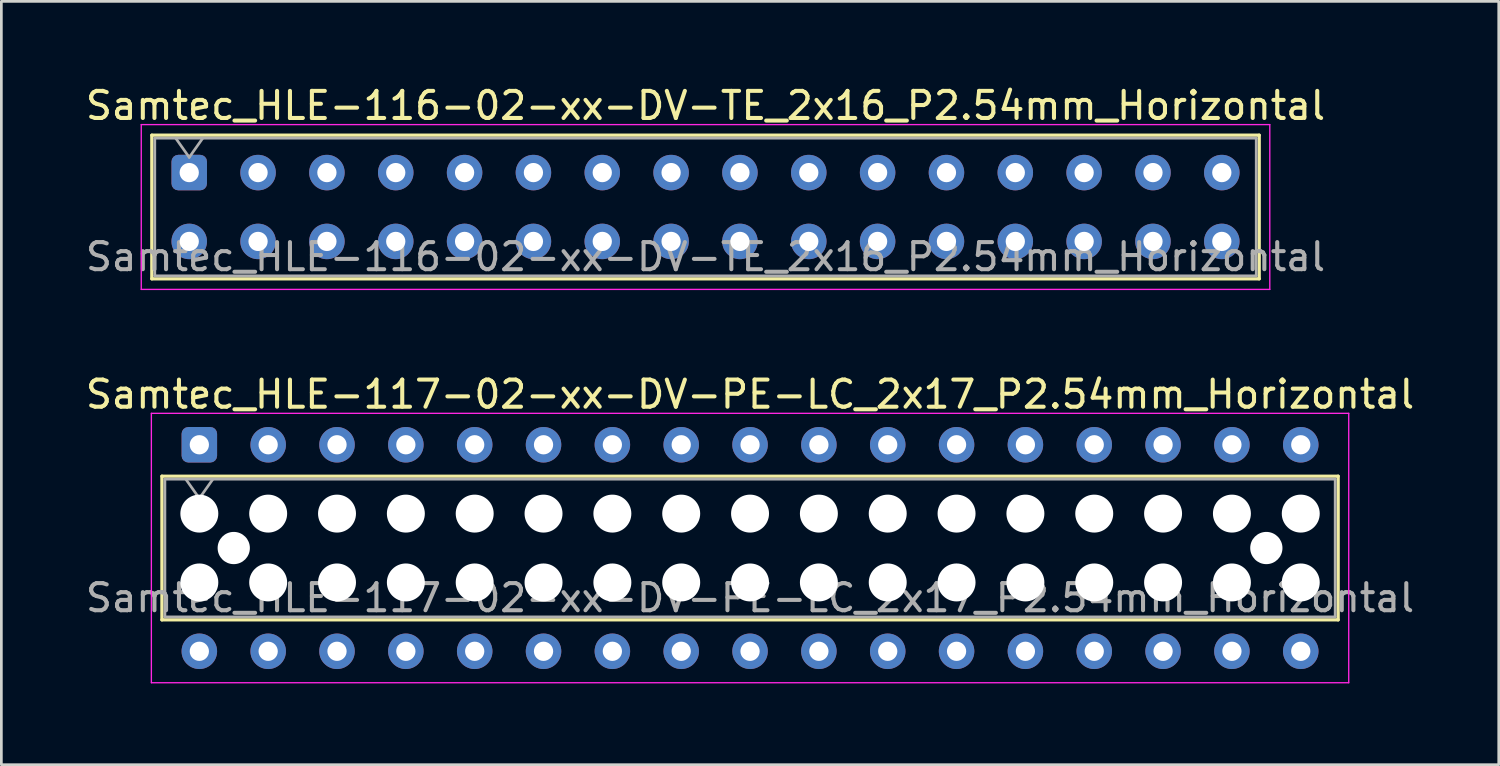
<source format=kicad_pcb>
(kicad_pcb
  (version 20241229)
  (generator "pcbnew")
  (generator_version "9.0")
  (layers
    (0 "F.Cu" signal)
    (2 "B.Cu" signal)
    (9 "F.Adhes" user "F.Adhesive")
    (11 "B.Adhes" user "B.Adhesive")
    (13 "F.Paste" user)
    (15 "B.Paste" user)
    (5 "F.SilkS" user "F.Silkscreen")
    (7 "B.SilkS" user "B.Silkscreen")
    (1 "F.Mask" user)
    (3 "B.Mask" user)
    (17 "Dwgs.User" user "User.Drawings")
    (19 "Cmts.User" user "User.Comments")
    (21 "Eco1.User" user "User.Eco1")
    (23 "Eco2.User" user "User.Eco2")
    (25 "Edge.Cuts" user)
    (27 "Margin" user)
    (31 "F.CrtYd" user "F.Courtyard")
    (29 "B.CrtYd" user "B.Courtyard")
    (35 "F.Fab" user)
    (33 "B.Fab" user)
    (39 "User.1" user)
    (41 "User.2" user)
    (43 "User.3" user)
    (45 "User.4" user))
  (footprint "Samtec_HLE-116-02-xx-DV-TE_2x16_P2.54mm_Horizontal"
    (layer "F.Cu")
    (at 3.932 3.318)
    (property "Reference" "Samtec_HLE-116-02-xx-DV-TE_2x16_P2.54mm_Horizontal" (at 19.05 -2.47 0) (layer "F.SilkS") (effects (font (size 1 1) (thickness 0.15))))
    (attr through_hole)
    (fp_line (start -1.38 -1.38) (end 39.48 -1.38) (stroke (width 0.12) (type solid)) (layer "F.SilkS"))
    (fp_line (start -1.38 3.92) (end -1.38 -1.38) (stroke (width 0.12) (type solid)) (layer "F.SilkS"))
    (fp_line (start 39.48 -1.38) (end 39.48 3.92) (stroke (width 0.12) (type solid)) (layer "F.SilkS"))
    (fp_line (start 39.48 3.92) (end -1.38 3.92) (stroke (width 0.12) (type solid)) (layer "F.SilkS"))
    (fp_line (start -1.77 -1.77) (end 39.87 -1.77) (stroke (width 0.05) (type solid)) (layer "F.CrtYd"))
    (fp_line (start -1.77 4.31) (end -1.77 -1.77) (stroke (width 0.05) (type solid)) (layer "F.CrtYd"))
    (fp_line (start 39.87 -1.77) (end 39.87 4.31) (stroke (width 0.05) (type solid)) (layer "F.CrtYd"))
    (fp_line (start 39.87 4.31) (end -1.77 4.31) (stroke (width 0.05) (type solid)) (layer "F.CrtYd"))
    (fp_line (start -1.27 -1.27) (end 39.37 -1.27) (stroke (width 0.1) (type solid)) (layer "F.Fab"))
    (fp_line (start -1.27 3.81) (end -1.27 -1.27) (stroke (width 0.1) (type solid)) (layer "F.Fab"))
    (fp_line (start -0.5 -1.27) (end 0 -0.563) (stroke (width 0.1) (type solid)) (layer "F.Fab"))
    (fp_line (start 0 -0.563) (end 0.5 -1.27) (stroke (width 0.1) (type solid)) (layer "F.Fab"))
    (fp_line (start 39.37 -1.27) (end 39.37 3.81) (stroke (width 0.1) (type solid)) (layer "F.Fab"))
    (fp_line (start 39.37 3.81) (end -1.27 3.81) (stroke (width 0.1) (type solid)) (layer "F.Fab"))
    (fp_text user "${REFERENCE}" (at 19.05 3.11 0) (layer "F.Fab") (effects (font (size 1 1) (thickness 0.15))))
    (pad "1" thru_hole roundrect (at 0 0) (size 1.31 1.31) (drill 0.71) (layers "*.Cu" "*.Mask") (roundrect_rratio 0.191))
    (pad "2" thru_hole circle (at 0 2.54) (size 1.31 1.31) (drill 0.71) (layers "*.Cu" "*.Mask"))
    (pad "3" thru_hole circle (at 2.54 0) (size 1.31 1.31) (drill 0.71) (layers "*.Cu" "*.Mask"))
    (pad "4" thru_hole circle (at 2.54 2.54) (size 1.31 1.31) (drill 0.71) (layers "*.Cu" "*.Mask"))
    (pad "5" thru_hole circle (at 5.08 0) (size 1.31 1.31) (drill 0.71) (layers "*.Cu" "*.Mask"))
    (pad "6" thru_hole circle (at 5.08 2.54) (size 1.31 1.31) (drill 0.71) (layers "*.Cu" "*.Mask"))
    (pad "7" thru_hole circle (at 7.62 0) (size 1.31 1.31) (drill 0.71) (layers "*.Cu" "*.Mask"))
    (pad "8" thru_hole circle (at 7.62 2.54) (size 1.31 1.31) (drill 0.71) (layers "*.Cu" "*.Mask"))
    (pad "9" thru_hole circle (at 10.16 0) (size 1.31 1.31) (drill 0.71) (layers "*.Cu" "*.Mask"))
    (pad "10" thru_hole circle (at 10.16 2.54) (size 1.31 1.31) (drill 0.71) (layers "*.Cu" "*.Mask"))
    (pad "11" thru_hole circle (at 12.7 0) (size 1.31 1.31) (drill 0.71) (layers "*.Cu" "*.Mask"))
    (pad "12" thru_hole circle (at 12.7 2.54) (size 1.31 1.31) (drill 0.71) (layers "*.Cu" "*.Mask"))
    (pad "13" thru_hole circle (at 15.24 0) (size 1.31 1.31) (drill 0.71) (layers "*.Cu" "*.Mask"))
    (pad "14" thru_hole circle (at 15.24 2.54) (size 1.31 1.31) (drill 0.71) (layers "*.Cu" "*.Mask"))
    (pad "15" thru_hole circle (at 17.78 0) (size 1.31 1.31) (drill 0.71) (layers "*.Cu" "*.Mask"))
    (pad "16" thru_hole circle (at 17.78 2.54) (size 1.31 1.31) (drill 0.71) (layers "*.Cu" "*.Mask"))
    (pad "17" thru_hole circle (at 20.32 0) (size 1.31 1.31) (drill 0.71) (layers "*.Cu" "*.Mask"))
    (pad "18" thru_hole circle (at 20.32 2.54) (size 1.31 1.31) (drill 0.71) (layers "*.Cu" "*.Mask"))
    (pad "19" thru_hole circle (at 22.86 0) (size 1.31 1.31) (drill 0.71) (layers "*.Cu" "*.Mask"))
    (pad "20" thru_hole circle (at 22.86 2.54) (size 1.31 1.31) (drill 0.71) (layers "*.Cu" "*.Mask"))
    (pad "21" thru_hole circle (at 25.4 0) (size 1.31 1.31) (drill 0.71) (layers "*.Cu" "*.Mask"))
    (pad "22" thru_hole circle (at 25.4 2.54) (size 1.31 1.31) (drill 0.71) (layers "*.Cu" "*.Mask"))
    (pad "23" thru_hole circle (at 27.94 0) (size 1.31 1.31) (drill 0.71) (layers "*.Cu" "*.Mask"))
    (pad "24" thru_hole circle (at 27.94 2.54) (size 1.31 1.31) (drill 0.71) (layers "*.Cu" "*.Mask"))
    (pad "25" thru_hole circle (at 30.48 0) (size 1.31 1.31) (drill 0.71) (layers "*.Cu" "*.Mask"))
    (pad "26" thru_hole circle (at 30.48 2.54) (size 1.31 1.31) (drill 0.71) (layers "*.Cu" "*.Mask"))
    (pad "27" thru_hole circle (at 33.02 0) (size 1.31 1.31) (drill 0.71) (layers "*.Cu" "*.Mask"))
    (pad "28" thru_hole circle (at 33.02 2.54) (size 1.31 1.31) (drill 0.71) (layers "*.Cu" "*.Mask"))
    (pad "29" thru_hole circle (at 35.56 0) (size 1.31 1.31) (drill 0.71) (layers "*.Cu" "*.Mask"))
    (pad "30" thru_hole circle (at 35.56 2.54) (size 1.31 1.31) (drill 0.71) (layers "*.Cu" "*.Mask"))
    (pad "31" thru_hole circle (at 38.1 0) (size 1.31 1.31) (drill 0.71) (layers "*.Cu" "*.Mask"))
    (pad "32" thru_hole circle (at 38.1 2.54) (size 1.31 1.31) (drill 0.71) (layers "*.Cu" "*.Mask")))
  (footprint "Samtec_HLE-117-02-xx-DV-PE-LC_2x17_P2.54mm_Horizontal"
    (layer "F.Cu")
    (at 4.305 13.361)
    (property "Reference" "Samtec_HLE-117-02-xx-DV-PE-LC_2x17_P2.54mm_Horizontal" (at 20.32 -1.86 0) (layer "F.SilkS") (effects (font (size 1 1) (thickness 0.15))))
    (attr through_hole)
    (fp_line (start -1.38 1.16) (end 42.02 1.16) (stroke (width 0.12) (type solid)) (layer "F.SilkS"))
    (fp_line (start -1.38 6.46) (end -1.38 1.16) (stroke (width 0.12) (type solid)) (layer "F.SilkS"))
    (fp_line (start 42.02 1.16) (end 42.02 6.46) (stroke (width 0.12) (type solid)) (layer "F.SilkS"))
    (fp_line (start 42.02 6.46) (end -1.38 6.46) (stroke (width 0.12) (type solid)) (layer "F.SilkS"))
    (fp_line (start -1.77 -1.16) (end 42.41 -1.16) (stroke (width 0.05) (type solid)) (layer "F.CrtYd"))
    (fp_line (start -1.77 8.78) (end -1.77 -1.16) (stroke (width 0.05) (type solid)) (layer "F.CrtYd"))
    (fp_line (start 42.41 -1.16) (end 42.41 8.78) (stroke (width 0.05) (type solid)) (layer "F.CrtYd"))
    (fp_line (start 42.41 8.78) (end -1.77 8.78) (stroke (width 0.05) (type solid)) (layer "F.CrtYd"))
    (fp_line (start -1.27 1.27) (end 41.91 1.27) (stroke (width 0.1) (type solid)) (layer "F.Fab"))
    (fp_line (start -1.27 6.35) (end -1.27 1.27) (stroke (width 0.1) (type solid)) (layer "F.Fab"))
    (fp_line (start -0.5 1.27) (end 0 1.977) (stroke (width 0.1) (type solid)) (layer "F.Fab"))
    (fp_line (start 0 1.977) (end 0.5 1.27) (stroke (width 0.1) (type solid)) (layer "F.Fab"))
    (fp_line (start 41.91 1.27) (end 41.91 6.35) (stroke (width 0.1) (type solid)) (layer "F.Fab"))
    (fp_line (start 41.91 6.35) (end -1.27 6.35) (stroke (width 0.1) (type solid)) (layer "F.Fab"))
    (fp_text user "${REFERENCE}" (at 20.32 5.65 0) (layer "F.Fab") (effects (font (size 1 1) (thickness 0.15))))
    (pad "" np_thru_hole circle (at 0 2.54) (size 1.4 1.4) (drill 1.4) (layers "*.Cu" "*.Mask"))
    (pad "" np_thru_hole circle (at 0 5.08) (size 1.4 1.4) (drill 1.4) (layers "*.Cu" "*.Mask"))
    (pad "" np_thru_hole circle (at 1.27 3.81) (size 1.19 1.19) (drill 1.19) (layers "*.Cu" "*.Mask"))
    (pad "" np_thru_hole circle (at 2.54 2.54) (size 1.4 1.4) (drill 1.4) (layers "*.Cu" "*.Mask"))
    (pad "" np_thru_hole circle (at 2.54 5.08) (size 1.4 1.4) (drill 1.4) (layers "*.Cu" "*.Mask"))
    (pad "" np_thru_hole circle (at 5.08 2.54) (size 1.4 1.4) (drill 1.4) (layers "*.Cu" "*.Mask"))
    (pad "" np_thru_hole circle (at 5.08 5.08) (size 1.4 1.4) (drill 1.4) (layers "*.Cu" "*.Mask"))
    (pad "" np_thru_hole circle (at 7.62 2.54) (size 1.4 1.4) (drill 1.4) (layers "*.Cu" "*.Mask"))
    (pad "" np_thru_hole circle (at 7.62 5.08) (size 1.4 1.4) (drill 1.4) (layers "*.Cu" "*.Mask"))
    (pad "" np_thru_hole circle (at 10.16 2.54) (size 1.4 1.4) (drill 1.4) (layers "*.Cu" "*.Mask"))
    (pad "" np_thru_hole circle (at 10.16 5.08) (size 1.4 1.4) (drill 1.4) (layers "*.Cu" "*.Mask"))
    (pad "" np_thru_hole circle (at 12.7 2.54) (size 1.4 1.4) (drill 1.4) (layers "*.Cu" "*.Mask"))
    (pad "" np_thru_hole circle (at 12.7 5.08) (size 1.4 1.4) (drill 1.4) (layers "*.Cu" "*.Mask"))
    (pad "" np_thru_hole circle (at 15.24 2.54) (size 1.4 1.4) (drill 1.4) (layers "*.Cu" "*.Mask"))
    (pad "" np_thru_hole circle (at 15.24 5.08) (size 1.4 1.4) (drill 1.4) (layers "*.Cu" "*.Mask"))
    (pad "" np_thru_hole circle (at 17.78 2.54) (size 1.4 1.4) (drill 1.4) (layers "*.Cu" "*.Mask"))
    (pad "" np_thru_hole circle (at 17.78 5.08) (size 1.4 1.4) (drill 1.4) (layers "*.Cu" "*.Mask"))
    (pad "" np_thru_hole circle (at 20.32 2.54) (size 1.4 1.4) (drill 1.4) (layers "*.Cu" "*.Mask"))
    (pad "" np_thru_hole circle (at 20.32 5.08) (size 1.4 1.4) (drill 1.4) (layers "*.Cu" "*.Mask"))
    (pad "" np_thru_hole circle (at 22.86 2.54) (size 1.4 1.4) (drill 1.4) (layers "*.Cu" "*.Mask"))
    (pad "" np_thru_hole circle (at 22.86 5.08) (size 1.4 1.4) (drill 1.4) (layers "*.Cu" "*.Mask"))
    (pad "" np_thru_hole circle (at 25.4 2.54) (size 1.4 1.4) (drill 1.4) (layers "*.Cu" "*.Mask"))
    (pad "" np_thru_hole circle (at 25.4 5.08) (size 1.4 1.4) (drill 1.4) (layers "*.Cu" "*.Mask"))
    (pad "" np_thru_hole circle (at 27.94 2.54) (size 1.4 1.4) (drill 1.4) (layers "*.Cu" "*.Mask"))
    (pad "" np_thru_hole circle (at 27.94 5.08) (size 1.4 1.4) (drill 1.4) (layers "*.Cu" "*.Mask"))
    (pad "" np_thru_hole circle (at 30.48 2.54) (size 1.4 1.4) (drill 1.4) (layers "*.Cu" "*.Mask"))
    (pad "" np_thru_hole circle (at 30.48 5.08) (size 1.4 1.4) (drill 1.4) (layers "*.Cu" "*.Mask"))
    (pad "" np_thru_hole circle (at 33.02 2.54) (size 1.4 1.4) (drill 1.4) (layers "*.Cu" "*.Mask"))
    (pad "" np_thru_hole circle (at 33.02 5.08) (size 1.4 1.4) (drill 1.4) (layers "*.Cu" "*.Mask"))
    (pad "" np_thru_hole circle (at 35.56 2.54) (size 1.4 1.4) (drill 1.4) (layers "*.Cu" "*.Mask"))
    (pad "" np_thru_hole circle (at 35.56 5.08) (size 1.4 1.4) (drill 1.4) (layers "*.Cu" "*.Mask"))
    (pad "" np_thru_hole circle (at 38.1 2.54) (size 1.4 1.4) (drill 1.4) (layers "*.Cu" "*.Mask"))
    (pad "" np_thru_hole circle (at 38.1 5.08) (size 1.4 1.4) (drill 1.4) (layers "*.Cu" "*.Mask"))
    (pad "" np_thru_hole circle (at 39.37 3.81) (size 1.19 1.19) (drill 1.19) (layers "*.Cu" "*.Mask"))
    (pad "" np_thru_hole circle (at 40.64 2.54) (size 1.4 1.4) (drill 1.4) (layers "*.Cu" "*.Mask"))
    (pad "" np_thru_hole circle (at 40.64 5.08) (size 1.4 1.4) (drill 1.4) (layers "*.Cu" "*.Mask"))
    (pad "1" thru_hole roundrect (at 0 0) (size 1.31 1.31) (drill 0.71) (layers "*.Cu" "*.Mask") (roundrect_rratio 0.191))
    (pad "2" thru_hole circle (at 0 7.62) (size 1.31 1.31) (drill 0.71) (layers "*.Cu" "*.Mask"))
    (pad "3" thru_hole circle (at 2.54 0) (size 1.31 1.31) (drill 0.71) (layers "*.Cu" "*.Mask"))
    (pad "4" thru_hole circle (at 2.54 7.62) (size 1.31 1.31) (drill 0.71) (layers "*.Cu" "*.Mask"))
    (pad "5" thru_hole circle (at 5.08 0) (size 1.31 1.31) (drill 0.71) (layers "*.Cu" "*.Mask"))
    (pad "6" thru_hole circle (at 5.08 7.62) (size 1.31 1.31) (drill 0.71) (layers "*.Cu" "*.Mask"))
    (pad "7" thru_hole circle (at 7.62 0) (size 1.31 1.31) (drill 0.71) (layers "*.Cu" "*.Mask"))
    (pad "8" thru_hole circle (at 7.62 7.62) (size 1.31 1.31) (drill 0.71) (layers "*.Cu" "*.Mask"))
    (pad "9" thru_hole circle (at 10.16 0) (size 1.31 1.31) (drill 0.71) (layers "*.Cu" "*.Mask"))
    (pad "10" thru_hole circle (at 10.16 7.62) (size 1.31 1.31) (drill 0.71) (layers "*.Cu" "*.Mask"))
    (pad "11" thru_hole circle (at 12.7 0) (size 1.31 1.31) (drill 0.71) (layers "*.Cu" "*.Mask"))
    (pad "12" thru_hole circle (at 12.7 7.62) (size 1.31 1.31) (drill 0.71) (layers "*.Cu" "*.Mask"))
    (pad "13" thru_hole circle (at 15.24 0) (size 1.31 1.31) (drill 0.71) (layers "*.Cu" "*.Mask"))
    (pad "14" thru_hole circle (at 15.24 7.62) (size 1.31 1.31) (drill 0.71) (layers "*.Cu" "*.Mask"))
    (pad "15" thru_hole circle (at 17.78 0) (size 1.31 1.31) (drill 0.71) (layers "*.Cu" "*.Mask"))
    (pad "16" thru_hole circle (at 17.78 7.62) (size 1.31 1.31) (drill 0.71) (layers "*.Cu" "*.Mask"))
    (pad "17" thru_hole circle (at 20.32 0) (size 1.31 1.31) (drill 0.71) (layers "*.Cu" "*.Mask"))
    (pad "18" thru_hole circle (at 20.32 7.62) (size 1.31 1.31) (drill 0.71) (layers "*.Cu" "*.Mask"))
    (pad "19" thru_hole circle (at 22.86 0) (size 1.31 1.31) (drill 0.71) (layers "*.Cu" "*.Mask"))
    (pad "20" thru_hole circle (at 22.86 7.62) (size 1.31 1.31) (drill 0.71) (layers "*.Cu" "*.Mask"))
    (pad "21" thru_hole circle (at 25.4 0) (size 1.31 1.31) (drill 0.71) (layers "*.Cu" "*.Mask"))
    (pad "22" thru_hole circle (at 25.4 7.62) (size 1.31 1.31) (drill 0.71) (layers "*.Cu" "*.Mask"))
    (pad "23" thru_hole circle (at 27.94 0) (size 1.31 1.31) (drill 0.71) (layers "*.Cu" "*.Mask"))
    (pad "24" thru_hole circle (at 27.94 7.62) (size 1.31 1.31) (drill 0.71) (layers "*.Cu" "*.Mask"))
    (pad "25" thru_hole circle (at 30.48 0) (size 1.31 1.31) (drill 0.71) (layers "*.Cu" "*.Mask"))
    (pad "26" thru_hole circle (at 30.48 7.62) (size 1.31 1.31) (drill 0.71) (layers "*.Cu" "*.Mask"))
    (pad "27" thru_hole circle (at 33.02 0) (size 1.31 1.31) (drill 0.71) (layers "*.Cu" "*.Mask"))
    (pad "28" thru_hole circle (at 33.02 7.62) (size 1.31 1.31) (drill 0.71) (layers "*.Cu" "*.Mask"))
    (pad "29" thru_hole circle (at 35.56 0) (size 1.31 1.31) (drill 0.71) (layers "*.Cu" "*.Mask"))
    (pad "30" thru_hole circle (at 35.56 7.62) (size 1.31 1.31) (drill 0.71) (layers "*.Cu" "*.Mask"))
    (pad "31" thru_hole circle (at 38.1 0) (size 1.31 1.31) (drill 0.71) (layers "*.Cu" "*.Mask"))
    (pad "32" thru_hole circle (at 38.1 7.62) (size 1.31 1.31) (drill 0.71) (layers "*.Cu" "*.Mask"))
    (pad "33" thru_hole circle (at 40.64 0) (size 1.31 1.31) (drill 0.71) (layers "*.Cu" "*.Mask"))
    (pad "34" thru_hole circle (at 40.64 7.62) (size 1.31 1.31) (drill 0.71) (layers "*.Cu" "*.Mask")))
  (gr_rect
    (start -3 -3)
    (end 52.25 25.166)
    (stroke (width 0.1) (type default))
    (fill no)
    (layer "Edge.Cuts")))
</source>
